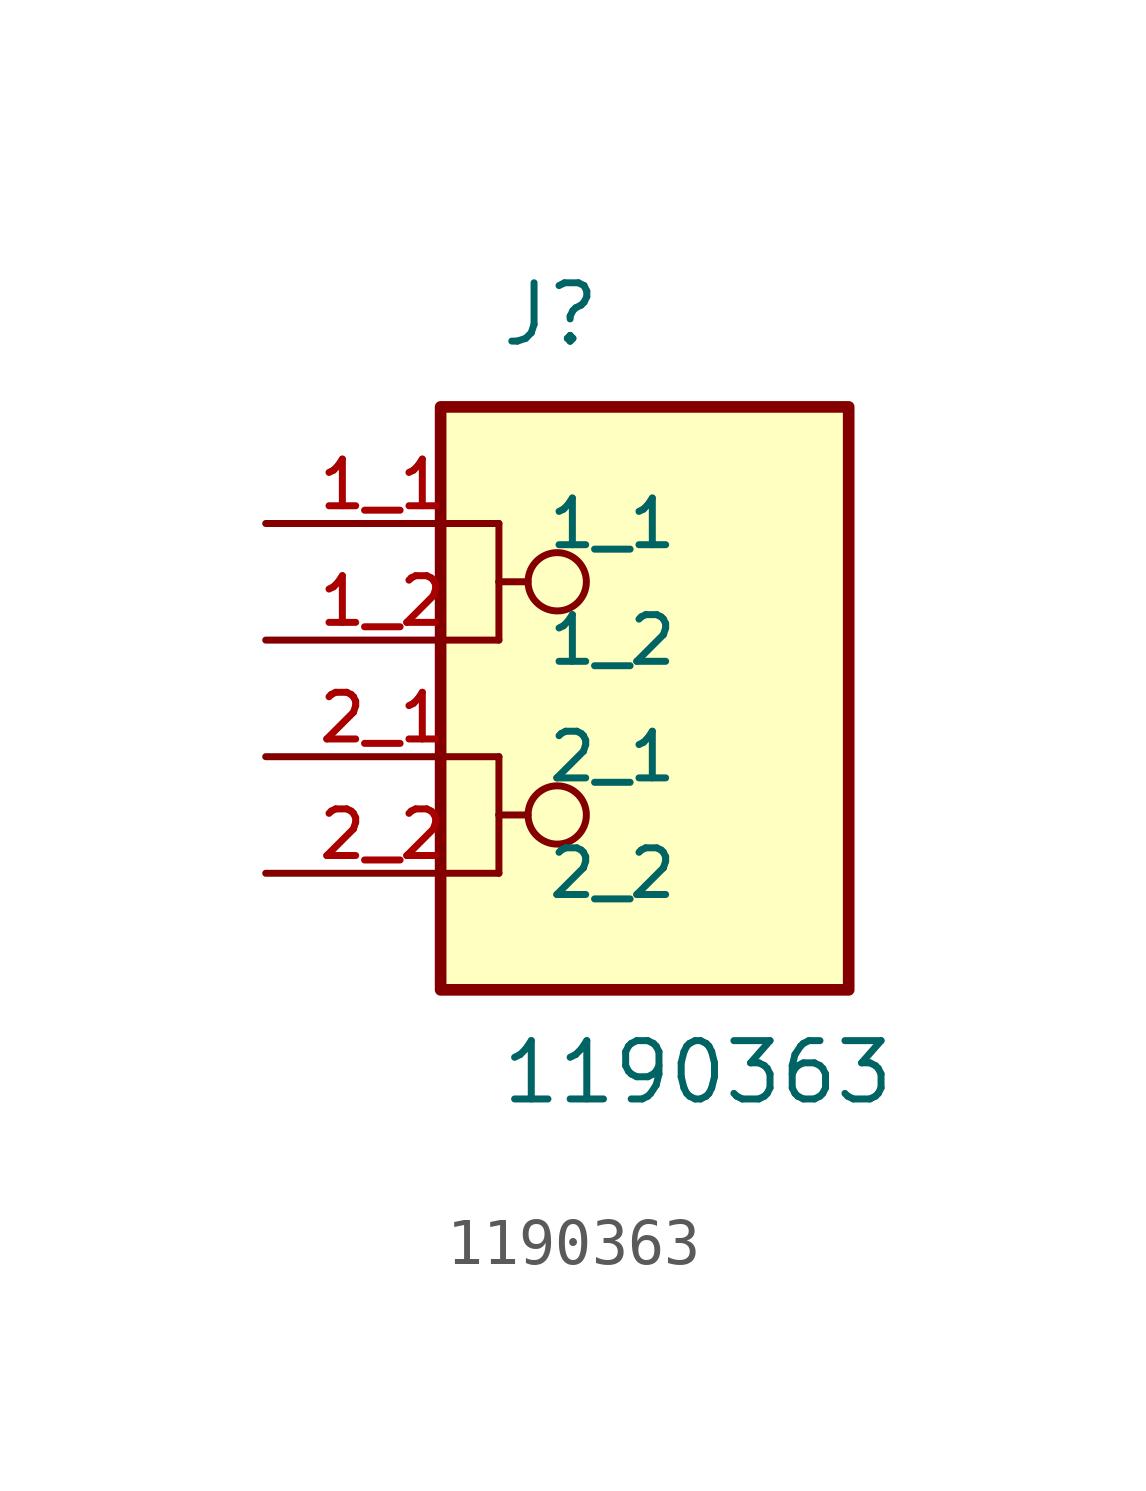
<source format=kicad_sym>
(kicad_symbol_lib
  (version 20211014)
  (generator kicad_symbol_editor)
  (symbol "1190363"
    (pin_names
      (offset 1.016))
    (property "Reference" "J"
      (at -2.54 8.89 0)
      (effects (font (size 1.27 1.27)) (justify bottom left)))
    (property "Value" "1190363"
      (at -2.54 -7.62 0)
      (effects (font (size 1.27 1.27)) (justify bottom left)))
    (symbol "1190363_0_0"
      (polyline (pts (xy -2.54 5.08) (xy -2.54 3.81)) (stroke (width 0.152)))
      (polyline (pts (xy -2.54 3.81) (xy -2.54 2.54)) (stroke (width 0.152)))
      (polyline (pts (xy -2.54 3.81) (xy -1.905 3.81)) (stroke (width 0.152)))
      (circle (center -1.27 3.81) (radius 0.635) (stroke (width 0.152)) (fill (type none)))
      (polyline (pts (xy -2.54 0.0) (xy -2.54 -1.27)) (stroke (width 0.152)))
      (polyline (pts (xy -2.54 -1.27) (xy -2.54 -2.54)) (stroke (width 0.152)))
      (polyline (pts (xy -2.54 -1.27) (xy -1.905 -1.27)) (stroke (width 0.152)))
      (circle (center -1.27 -1.27) (radius 0.635) (stroke (width 0.152)) (fill (type none)))
      (rectangle (start -3.81 -5.08) (end 5.08 7.62) (stroke (width 0.254)) (fill (type background)))
      (pin passive line (at -7.62 5.08 0) (length 5.08) (name "1_1" (effects (font (size 1.016 1.016)))) (number "1_1" (effects (font (size 1.016 1.016)))))
      (pin passive line (at -7.62 2.54 0) (length 5.08) (name "1_2" (effects (font (size 1.016 1.016)))) (number "1_2" (effects (font (size 1.016 1.016)))))
      (pin passive line (at -7.62 0.0 0) (length 5.08) (name "2_1" (effects (font (size 1.016 1.016)))) (number "2_1" (effects (font (size 1.016 1.016)))))
      (pin passive line (at -7.62 -2.54 0) (length 5.08) (name "2_2" (effects (font (size 1.016 1.016)))) (number "2_2" (effects (font (size 1.016 1.016))))))))
</source>
